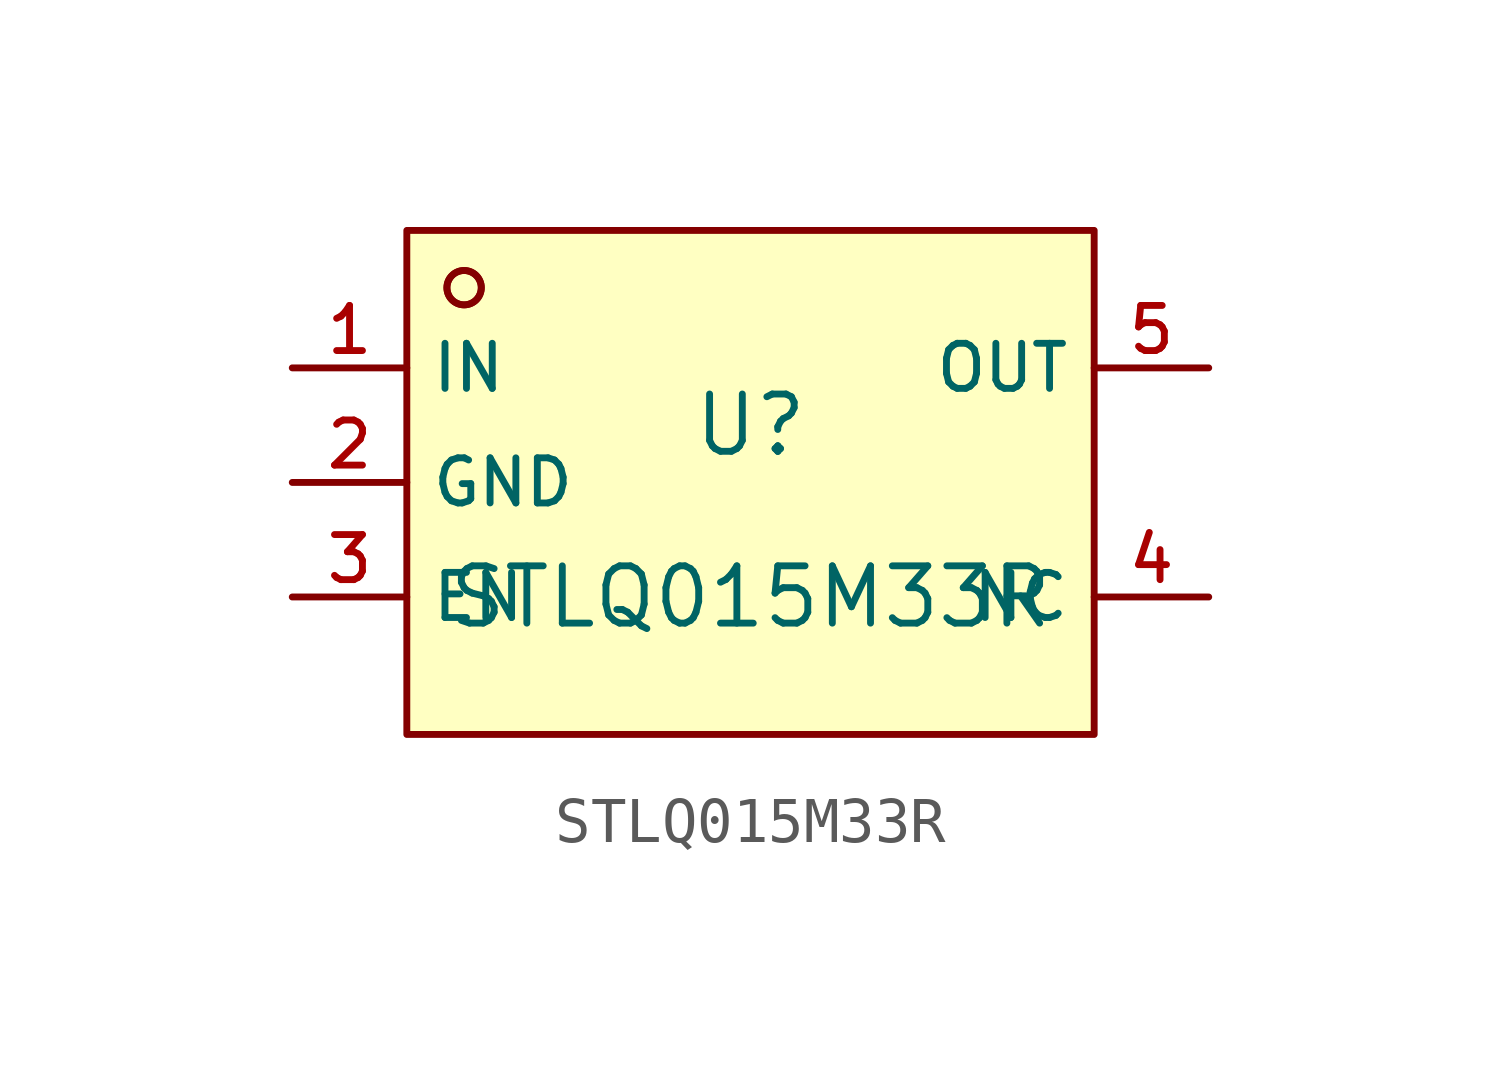
<source format=kicad_sym>
(kicad_symbol_lib
  (version 20210201)
  (generator TousstNicolas/JLC2KiCad_lib)
  (symbol "STLQ015M33R"
    (property "Reference" "U"
      (at 0 1.27 0)
      (effects (font (size 1.27 1.27))))
    (property "Value" "STLQ015M33R"
      (at 0 -2.54 0)
      (effects (font (size 1.27 1.27))))
    (symbol "STLQ015M33R_0_1"
      (circle (center -6.35 4.318) (radius 0.381) (stroke (width 0) (type default) (color 0 0 0 0)) (fill (type background)))
      (rectangle (start -7.62 5.588) (end 7.62 -5.588) (stroke (width 0) (type default) (color 0 0 0 0)) (fill (type background)))
      (circle (center -6.35 4.318) (radius 0.381) (stroke (width 0) (type default) (color 0 0 0 0)) (fill (type background)))
      (pin unspecified line (at -10.16 2.54 0) (length 2.54) (name "IN" (effects (font (size 1 1)))) (number "1" (effects (font (size 1 1)))))
      (pin unspecified line (at -10.16 -0.0 0) (length 2.54) (name "GND" (effects (font (size 1 1)))) (number "2" (effects (font (size 1 1)))))
      (pin unspecified line (at -10.16 -2.54 0) (length 2.54) (name "EN" (effects (font (size 1 1)))) (number "3" (effects (font (size 1 1)))))
      (pin unspecified line (at 10.16 -2.54 180) (length 2.54) (name "NC" (effects (font (size 1 1)))) (number "4" (effects (font (size 1 1)))))
      (pin unspecified line (at 10.16 2.54 180) (length 2.54) (name "OUT" (effects (font (size 1 1)))) (number "5" (effects (font (size 1 1))))))))
</source>
